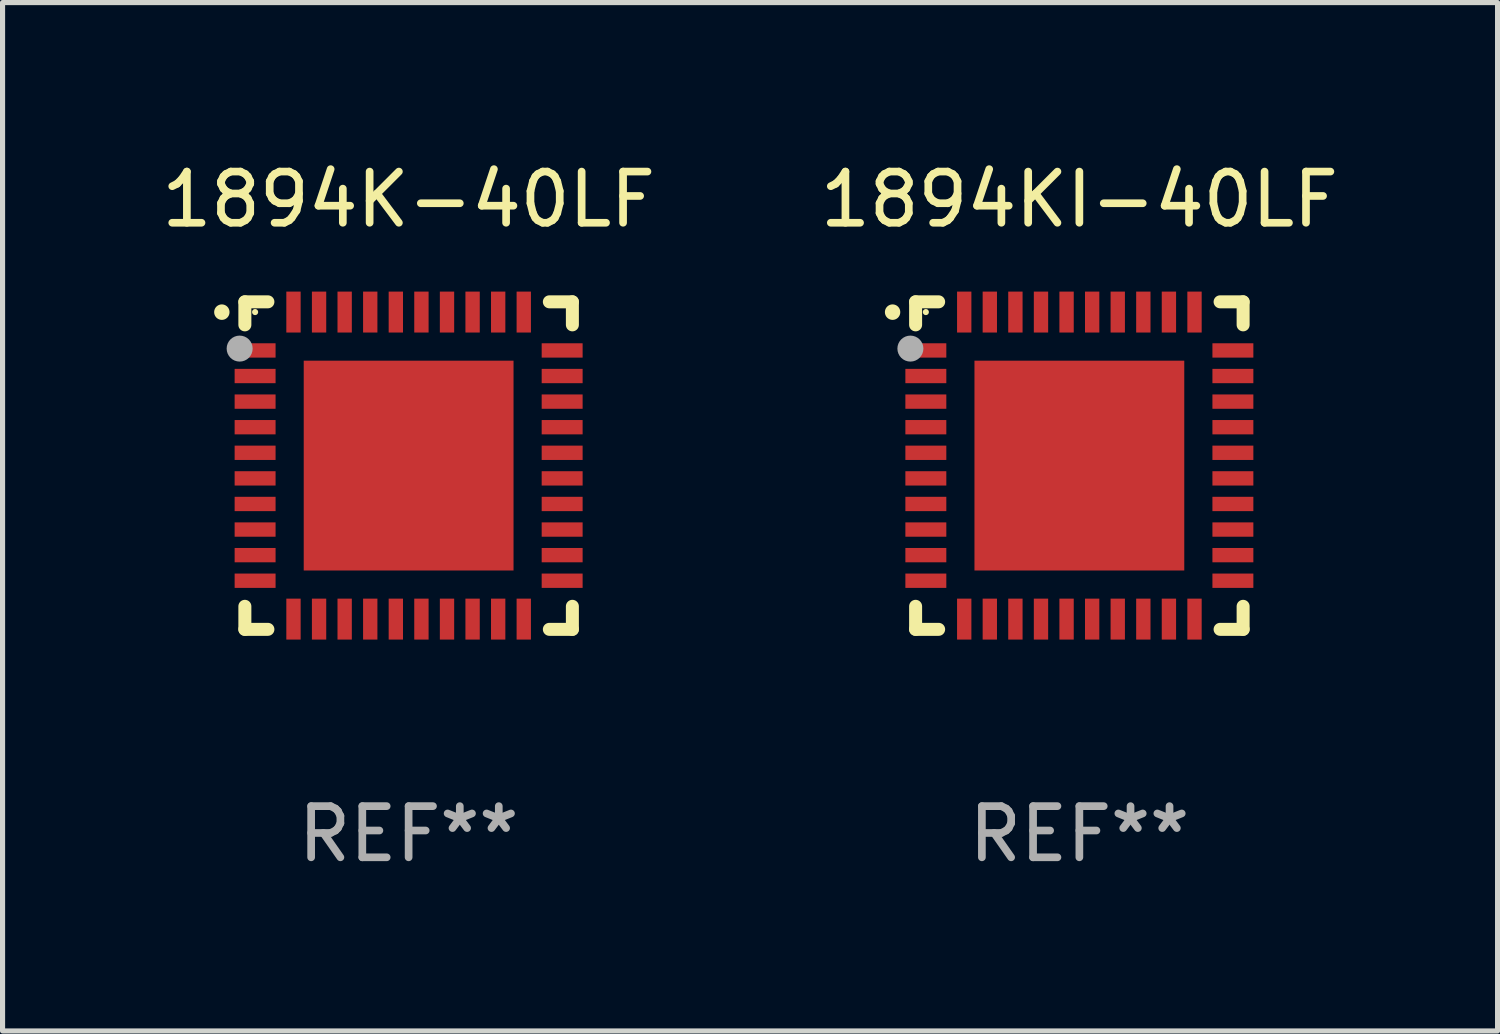
<source format=kicad_pcb>
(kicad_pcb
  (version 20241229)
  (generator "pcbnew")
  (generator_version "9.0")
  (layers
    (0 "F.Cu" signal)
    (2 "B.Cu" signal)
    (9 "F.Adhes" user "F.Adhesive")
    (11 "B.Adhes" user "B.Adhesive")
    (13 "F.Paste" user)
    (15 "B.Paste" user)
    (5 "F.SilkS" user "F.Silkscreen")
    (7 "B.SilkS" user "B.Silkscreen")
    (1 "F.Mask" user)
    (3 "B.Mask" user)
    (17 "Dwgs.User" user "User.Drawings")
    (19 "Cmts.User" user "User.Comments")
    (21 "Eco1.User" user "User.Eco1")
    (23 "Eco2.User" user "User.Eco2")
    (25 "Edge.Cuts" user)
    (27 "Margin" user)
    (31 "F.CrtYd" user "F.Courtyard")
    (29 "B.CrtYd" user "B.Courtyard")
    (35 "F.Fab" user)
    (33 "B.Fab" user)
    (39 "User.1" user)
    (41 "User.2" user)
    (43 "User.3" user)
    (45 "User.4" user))
  (footprint "1894K-40LF"
    (layer "F.Cu")
    (at 4.935 6.048)
    (property "Reference" "1894K-40LF" (at 0 -5.2 0) (layer "F.SilkS") (effects (font (size 1 1) (thickness 0.15))))
    (attr through_hole)
    (fp_line (start -3.2 -3.2) (end -2.75 -3.2) (stroke (width 0.254) (type solid)) (layer "F.SilkS"))
    (fp_line (start -3.2 -2.75) (end -3.2 -3.2) (stroke (width 0.254) (type solid)) (layer "F.SilkS"))
    (fp_line (start -3.2 3.2) (end -3.2 2.75) (stroke (width 0.254) (type solid)) (layer "F.SilkS"))
    (fp_line (start -2.75 3.2) (end -3.2 3.2) (stroke (width 0.254) (type solid)) (layer "F.SilkS"))
    (fp_line (start 2.75 3.2) (end 3.2 3.2) (stroke (width 0.254) (type solid)) (layer "F.SilkS"))
    (fp_line (start 3.2 -3.2) (end 2.75 -3.2) (stroke (width 0.254) (type solid)) (layer "F.SilkS"))
    (fp_line (start 3.2 -2.75) (end 3.2 -3.2) (stroke (width 0.254) (type solid)) (layer "F.SilkS"))
    (fp_line (start 3.2 3.2) (end 3.2 2.75) (stroke (width 0.254) (type solid)) (layer "F.SilkS"))
    (fp_arc (start -3.649987 -2.997206) (mid -3.649992 -2.998476) (end -3.649987 -2.999746) (stroke (width 0.3) (type solid)) (layer "F.SilkS"))
    (fp_circle (center -3 -3) (end -2.97 -3) (stroke (width 0.06) (type solid)) (fill no) (layer "F.SilkS"))
    (fp_circle (center -3.302 -2.286) (end -3.175 -2.286) (stroke (width 0.254) (type solid)) (fill no) (layer "F.Fab"))
    (fp_text user "REF**" (at 0 7.2 0) (layer "F.Fab") (effects (font (size 1 1) (thickness 0.15))))
    (pad "1" smd rect (at -3 -2.25 90) (size 0.28 0.8) (layers "F.Cu" "F.Mask" "F.Paste"))
    (pad "2" smd rect (at -3 -1.75 90) (size 0.28 0.8) (layers "F.Cu" "F.Mask" "F.Paste"))
    (pad "3" smd rect (at -3 -1.25 90) (size 0.28 0.8) (layers "F.Cu" "F.Mask" "F.Paste"))
    (pad "4" smd rect (at -3 -0.75 90) (size 0.28 0.8) (layers "F.Cu" "F.Mask" "F.Paste"))
    (pad "5" smd rect (at -3 -0.25 90) (size 0.28 0.8) (layers "F.Cu" "F.Mask" "F.Paste"))
    (pad "6" smd rect (at -3 0.25 90) (size 0.28 0.8) (layers "F.Cu" "F.Mask" "F.Paste"))
    (pad "7" smd rect (at -3 0.75 90) (size 0.28 0.8) (layers "F.Cu" "F.Mask" "F.Paste"))
    (pad "8" smd rect (at -3 1.25 90) (size 0.28 0.8) (layers "F.Cu" "F.Mask" "F.Paste"))
    (pad "9" smd rect (at -3 1.75 90) (size 0.28 0.8) (layers "F.Cu" "F.Mask" "F.Paste"))
    (pad "10" smd rect (at -3 2.25 90) (size 0.28 0.8) (layers "F.Cu" "F.Mask" "F.Paste"))
    (pad "11" smd rect (at -2.25 3) (size 0.28 0.8) (layers "F.Cu" "F.Mask" "F.Paste"))
    (pad "12" smd rect (at -1.75 3) (size 0.28 0.8) (layers "F.Cu" "F.Mask" "F.Paste"))
    (pad "13" smd rect (at -1.25 3) (size 0.28 0.8) (layers "F.Cu" "F.Mask" "F.Paste"))
    (pad "14" smd rect (at -0.75 3) (size 0.28 0.8) (layers "F.Cu" "F.Mask" "F.Paste"))
    (pad "15" smd rect (at -0.25 3) (size 0.28 0.8) (layers "F.Cu" "F.Mask" "F.Paste"))
    (pad "16" smd rect (at 0.25 3) (size 0.28 0.8) (layers "F.Cu" "F.Mask" "F.Paste"))
    (pad "17" smd rect (at 0.75 3) (size 0.28 0.8) (layers "F.Cu" "F.Mask" "F.Paste"))
    (pad "18" smd rect (at 1.25 3) (size 0.28 0.8) (layers "F.Cu" "F.Mask" "F.Paste"))
    (pad "19" smd rect (at 1.75 3) (size 0.28 0.8) (layers "F.Cu" "F.Mask" "F.Paste"))
    (pad "20" smd rect (at 2.25 3) (size 0.28 0.8) (layers "F.Cu" "F.Mask" "F.Paste"))
    (pad "21" smd rect (at 3 2.25 90) (size 0.28 0.8) (layers "F.Cu" "F.Mask" "F.Paste"))
    (pad "22" smd rect (at 3 1.75 90) (size 0.28 0.8) (layers "F.Cu" "F.Mask" "F.Paste"))
    (pad "23" smd rect (at 3 1.25 90) (size 0.28 0.8) (layers "F.Cu" "F.Mask" "F.Paste"))
    (pad "24" smd rect (at 3 0.75 90) (size 0.28 0.8) (layers "F.Cu" "F.Mask" "F.Paste"))
    (pad "25" smd rect (at 3 0.25 90) (size 0.28 0.8) (layers "F.Cu" "F.Mask" "F.Paste"))
    (pad "26" smd rect (at 3 -0.25 90) (size 0.28 0.8) (layers "F.Cu" "F.Mask" "F.Paste"))
    (pad "27" smd rect (at 3 -0.75 90) (size 0.28 0.8) (layers "F.Cu" "F.Mask" "F.Paste"))
    (pad "28" smd rect (at 3 -1.25 90) (size 0.28 0.8) (layers "F.Cu" "F.Mask" "F.Paste"))
    (pad "29" smd rect (at 3 -1.75 90) (size 0.28 0.8) (layers "F.Cu" "F.Mask" "F.Paste"))
    (pad "30" smd rect (at 3 -2.25 90) (size 0.28 0.8) (layers "F.Cu" "F.Mask" "F.Paste"))
    (pad "31" smd rect (at 2.25 -3) (size 0.28 0.8) (layers "F.Cu" "F.Mask" "F.Paste"))
    (pad "32" smd rect (at 1.75 -3) (size 0.28 0.8) (layers "F.Cu" "F.Mask" "F.Paste"))
    (pad "33" smd rect (at 1.25 -3) (size 0.28 0.8) (layers "F.Cu" "F.Mask" "F.Paste"))
    (pad "34" smd rect (at 0.75 -3) (size 0.28 0.8) (layers "F.Cu" "F.Mask" "F.Paste"))
    (pad "35" smd rect (at 0.25 -3) (size 0.28 0.8) (layers "F.Cu" "F.Mask" "F.Paste"))
    (pad "36" smd rect (at -0.25 -3) (size 0.28 0.8) (layers "F.Cu" "F.Mask" "F.Paste"))
    (pad "37" smd rect (at -0.75 -3) (size 0.28 0.8) (layers "F.Cu" "F.Mask" "F.Paste"))
    (pad "38" smd rect (at -1.25 -3) (size 0.28 0.8) (layers "F.Cu" "F.Mask" "F.Paste"))
    (pad "39" smd rect (at -1.75 -3) (size 0.28 0.8) (layers "F.Cu" "F.Mask" "F.Paste"))
    (pad "40" smd rect (at -2.25 -3) (size 0.28 0.8) (layers "F.Cu" "F.Mask" "F.Paste"))
    (pad "41" smd rect (at 0 0) (size 4.1 4.1) (layers "F.Cu" "F.Mask" "F.Paste")))
  (footprint "1894KI-40LF"
    (layer "F.Cu")
    (at 18.042 6.048)
    (property "Reference" "1894KI-40LF" (at 0 -5.2 0) (layer "F.SilkS") (effects (font (size 1 1) (thickness 0.15))))
    (attr through_hole)
    (fp_line (start -3.2 -3.2) (end -2.75 -3.2) (stroke (width 0.254) (type solid)) (layer "F.SilkS"))
    (fp_line (start -3.2 -2.75) (end -3.2 -3.2) (stroke (width 0.254) (type solid)) (layer "F.SilkS"))
    (fp_line (start -3.2 3.2) (end -3.2 2.75) (stroke (width 0.254) (type solid)) (layer "F.SilkS"))
    (fp_line (start -2.75 3.2) (end -3.2 3.2) (stroke (width 0.254) (type solid)) (layer "F.SilkS"))
    (fp_line (start 2.75 3.2) (end 3.2 3.2) (stroke (width 0.254) (type solid)) (layer "F.SilkS"))
    (fp_line (start 3.2 -3.2) (end 2.75 -3.2) (stroke (width 0.254) (type solid)) (layer "F.SilkS"))
    (fp_line (start 3.2 -2.75) (end 3.2 -3.2) (stroke (width 0.254) (type solid)) (layer "F.SilkS"))
    (fp_line (start 3.2 3.2) (end 3.2 2.75) (stroke (width 0.254) (type solid)) (layer "F.SilkS"))
    (fp_arc (start -3.649987 -2.997206) (mid -3.649992 -2.998476) (end -3.649987 -2.999746) (stroke (width 0.3) (type solid)) (layer "F.SilkS"))
    (fp_circle (center -3 -3) (end -2.97 -3) (stroke (width 0.06) (type solid)) (fill no) (layer "F.SilkS"))
    (fp_circle (center -3.302 -2.286) (end -3.175 -2.286) (stroke (width 0.254) (type solid)) (fill no) (layer "F.Fab"))
    (fp_text user "REF**" (at 0 7.2 0) (layer "F.Fab") (effects (font (size 1 1) (thickness 0.15))))
    (pad "1" smd rect (at -3 -2.25 90) (size 0.28 0.8) (layers "F.Cu" "F.Mask" "F.Paste"))
    (pad "2" smd rect (at -3 -1.75 90) (size 0.28 0.8) (layers "F.Cu" "F.Mask" "F.Paste"))
    (pad "3" smd rect (at -3 -1.25 90) (size 0.28 0.8) (layers "F.Cu" "F.Mask" "F.Paste"))
    (pad "4" smd rect (at -3 -0.75 90) (size 0.28 0.8) (layers "F.Cu" "F.Mask" "F.Paste"))
    (pad "5" smd rect (at -3 -0.25 90) (size 0.28 0.8) (layers "F.Cu" "F.Mask" "F.Paste"))
    (pad "6" smd rect (at -3 0.25 90) (size 0.28 0.8) (layers "F.Cu" "F.Mask" "F.Paste"))
    (pad "7" smd rect (at -3 0.75 90) (size 0.28 0.8) (layers "F.Cu" "F.Mask" "F.Paste"))
    (pad "8" smd rect (at -3 1.25 90) (size 0.28 0.8) (layers "F.Cu" "F.Mask" "F.Paste"))
    (pad "9" smd rect (at -3 1.75 90) (size 0.28 0.8) (layers "F.Cu" "F.Mask" "F.Paste"))
    (pad "10" smd rect (at -3 2.25 90) (size 0.28 0.8) (layers "F.Cu" "F.Mask" "F.Paste"))
    (pad "11" smd rect (at -2.25 3) (size 0.28 0.8) (layers "F.Cu" "F.Mask" "F.Paste"))
    (pad "12" smd rect (at -1.75 3) (size 0.28 0.8) (layers "F.Cu" "F.Mask" "F.Paste"))
    (pad "13" smd rect (at -1.25 3) (size 0.28 0.8) (layers "F.Cu" "F.Mask" "F.Paste"))
    (pad "14" smd rect (at -0.75 3) (size 0.28 0.8) (layers "F.Cu" "F.Mask" "F.Paste"))
    (pad "15" smd rect (at -0.25 3) (size 0.28 0.8) (layers "F.Cu" "F.Mask" "F.Paste"))
    (pad "16" smd rect (at 0.25 3) (size 0.28 0.8) (layers "F.Cu" "F.Mask" "F.Paste"))
    (pad "17" smd rect (at 0.75 3) (size 0.28 0.8) (layers "F.Cu" "F.Mask" "F.Paste"))
    (pad "18" smd rect (at 1.25 3) (size 0.28 0.8) (layers "F.Cu" "F.Mask" "F.Paste"))
    (pad "19" smd rect (at 1.75 3) (size 0.28 0.8) (layers "F.Cu" "F.Mask" "F.Paste"))
    (pad "20" smd rect (at 2.25 3) (size 0.28 0.8) (layers "F.Cu" "F.Mask" "F.Paste"))
    (pad "21" smd rect (at 3 2.25 90) (size 0.28 0.8) (layers "F.Cu" "F.Mask" "F.Paste"))
    (pad "22" smd rect (at 3 1.75 90) (size 0.28 0.8) (layers "F.Cu" "F.Mask" "F.Paste"))
    (pad "23" smd rect (at 3 1.25 90) (size 0.28 0.8) (layers "F.Cu" "F.Mask" "F.Paste"))
    (pad "24" smd rect (at 3 0.75 90) (size 0.28 0.8) (layers "F.Cu" "F.Mask" "F.Paste"))
    (pad "25" smd rect (at 3 0.25 90) (size 0.28 0.8) (layers "F.Cu" "F.Mask" "F.Paste"))
    (pad "26" smd rect (at 3 -0.25 90) (size 0.28 0.8) (layers "F.Cu" "F.Mask" "F.Paste"))
    (pad "27" smd rect (at 3 -0.75 90) (size 0.28 0.8) (layers "F.Cu" "F.Mask" "F.Paste"))
    (pad "28" smd rect (at 3 -1.25 90) (size 0.28 0.8) (layers "F.Cu" "F.Mask" "F.Paste"))
    (pad "29" smd rect (at 3 -1.75 90) (size 0.28 0.8) (layers "F.Cu" "F.Mask" "F.Paste"))
    (pad "30" smd rect (at 3 -2.25 90) (size 0.28 0.8) (layers "F.Cu" "F.Mask" "F.Paste"))
    (pad "31" smd rect (at 2.25 -3) (size 0.28 0.8) (layers "F.Cu" "F.Mask" "F.Paste"))
    (pad "32" smd rect (at 1.75 -3) (size 0.28 0.8) (layers "F.Cu" "F.Mask" "F.Paste"))
    (pad "33" smd rect (at 1.25 -3) (size 0.28 0.8) (layers "F.Cu" "F.Mask" "F.Paste"))
    (pad "34" smd rect (at 0.75 -3) (size 0.28 0.8) (layers "F.Cu" "F.Mask" "F.Paste"))
    (pad "35" smd rect (at 0.25 -3) (size 0.28 0.8) (layers "F.Cu" "F.Mask" "F.Paste"))
    (pad "36" smd rect (at -0.25 -3) (size 0.28 0.8) (layers "F.Cu" "F.Mask" "F.Paste"))
    (pad "37" smd rect (at -0.75 -3) (size 0.28 0.8) (layers "F.Cu" "F.Mask" "F.Paste"))
    (pad "38" smd rect (at -1.25 -3) (size 0.28 0.8) (layers "F.Cu" "F.Mask" "F.Paste"))
    (pad "39" smd rect (at -1.75 -3) (size 0.28 0.8) (layers "F.Cu" "F.Mask" "F.Paste"))
    (pad "40" smd rect (at -2.25 -3) (size 0.28 0.8) (layers "F.Cu" "F.Mask" "F.Paste"))
    (pad "41" smd rect (at 0 0) (size 4.1 4.1) (layers "F.Cu" "F.Mask" "F.Paste")))
  (gr_rect
    (start -3 -3)
    (end 26.214 17.096)
    (stroke (width 0.1) (type default))
    (fill no)
    (layer "Edge.Cuts")))
</source>
